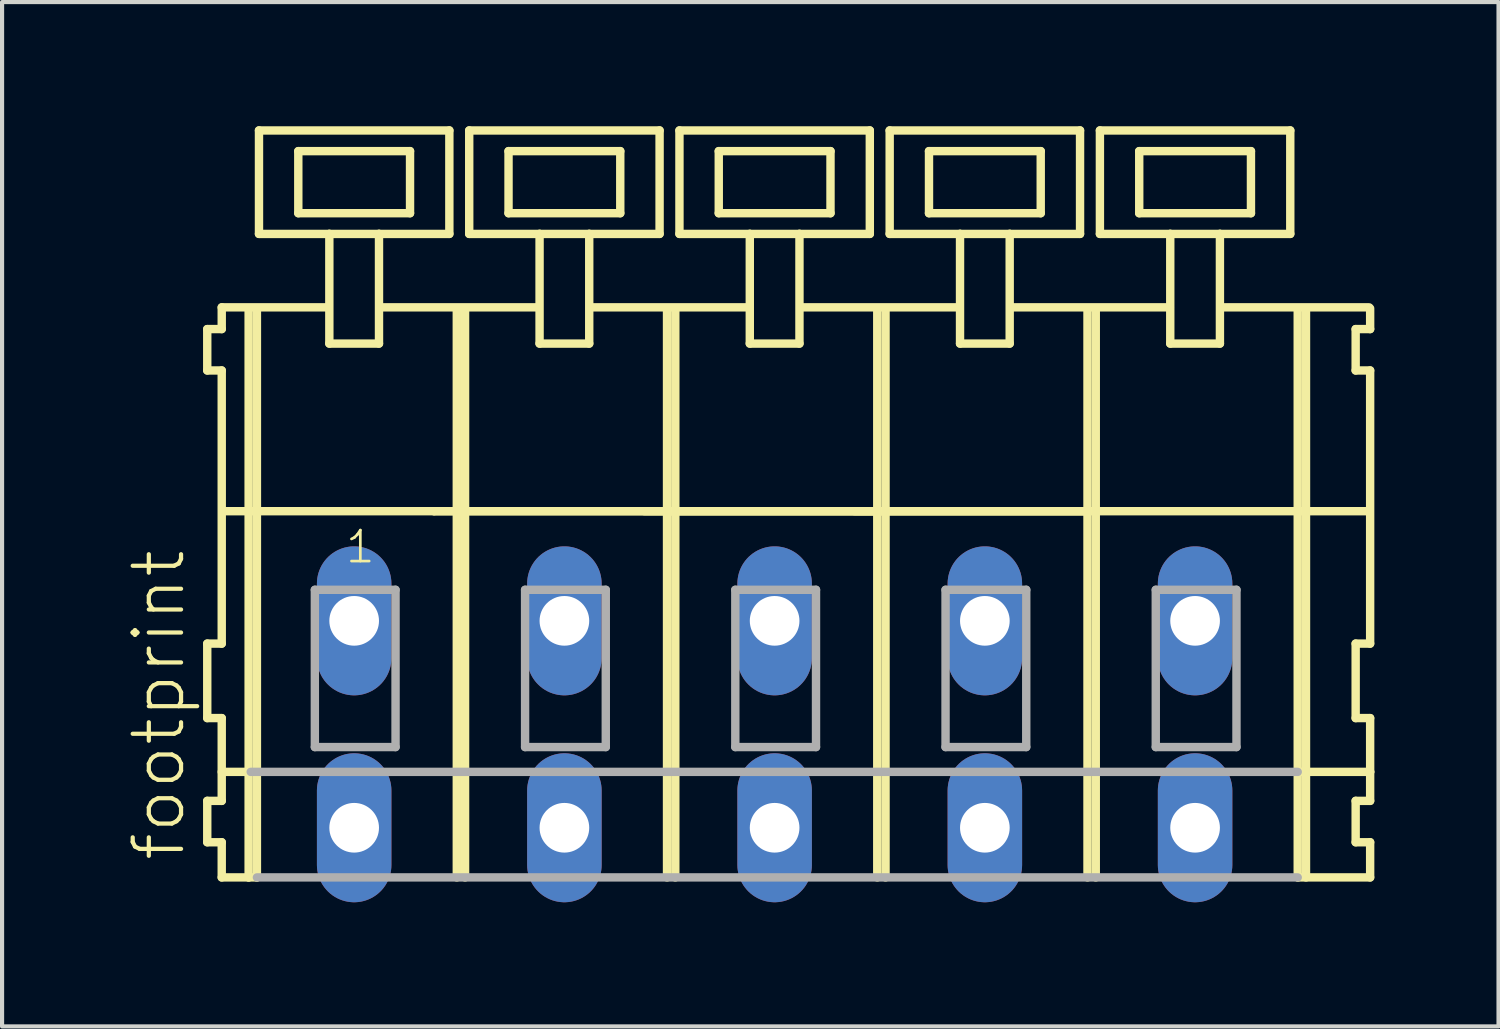
<source format=kicad_pcb>
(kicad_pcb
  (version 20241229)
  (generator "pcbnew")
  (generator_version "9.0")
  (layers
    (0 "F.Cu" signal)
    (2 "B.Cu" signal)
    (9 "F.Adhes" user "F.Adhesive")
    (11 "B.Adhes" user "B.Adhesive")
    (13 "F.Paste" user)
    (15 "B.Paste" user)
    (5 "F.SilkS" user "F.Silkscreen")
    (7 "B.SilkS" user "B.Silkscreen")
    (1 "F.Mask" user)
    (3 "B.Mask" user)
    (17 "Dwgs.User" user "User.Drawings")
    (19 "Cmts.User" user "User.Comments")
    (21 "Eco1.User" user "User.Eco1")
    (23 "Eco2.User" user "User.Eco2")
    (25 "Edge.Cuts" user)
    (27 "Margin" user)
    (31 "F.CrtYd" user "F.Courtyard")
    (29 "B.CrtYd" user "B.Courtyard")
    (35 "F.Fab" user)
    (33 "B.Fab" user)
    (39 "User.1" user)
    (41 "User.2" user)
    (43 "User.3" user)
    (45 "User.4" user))
  (footprint "footprint"
    (layer "F.Cu")
    (at 13.128 11.952)
    (property "Reference" "footprint" (at -11.655 5.855 90) (layer "F.SilkS") (effects (font (size 1.168 1.168) (thickness 0.102)) (justify left bottom)))
    (fp_line (start -11.17 -7.05) (end -11.17 -6.05) (stroke (width 0.203) (type solid)) (layer "F.SilkS"))
    (fp_line (start -11.17 -6.05) (end -10.82 -6.05) (stroke (width 0.203) (type solid)) (layer "F.SilkS"))
    (fp_line (start -11.17 0.55) (end -11.17 2.35) (stroke (width 0.203) (type solid)) (layer "F.SilkS"))
    (fp_line (start -11.17 2.35) (end -10.82 2.35) (stroke (width 0.203) (type solid)) (layer "F.SilkS"))
    (fp_line (start -11.17 4.35) (end -11.17 5.35) (stroke (width 0.203) (type solid)) (layer "F.SilkS"))
    (fp_line (start -11.17 5.35) (end -10.82 5.35) (stroke (width 0.203) (type solid)) (layer "F.SilkS"))
    (fp_line (start -10.82 -7.575) (end -10.82 -7.05) (stroke (width 0.203) (type solid)) (layer "F.SilkS"))
    (fp_line (start -10.82 -7.575) (end -8.245 -7.575) (stroke (width 0.203) (type solid)) (layer "F.SilkS"))
    (fp_line (start -10.82 -7.05) (end -11.17 -7.05) (stroke (width 0.203) (type solid)) (layer "F.SilkS"))
    (fp_line (start -10.82 -6.05) (end -10.82 0.55) (stroke (width 0.203) (type solid)) (layer "F.SilkS"))
    (fp_line (start -10.82 0.55) (end -11.17 0.55) (stroke (width 0.203) (type solid)) (layer "F.SilkS"))
    (fp_line (start -10.82 2.35) (end -10.82 4.35) (stroke (width 0.203) (type solid)) (layer "F.SilkS"))
    (fp_line (start -10.82 3.65) (end -10.12 3.65) (stroke (width 0.203) (type solid)) (layer "F.SilkS"))
    (fp_line (start -10.82 4.35) (end -11.17 4.35) (stroke (width 0.203) (type solid)) (layer "F.SilkS"))
    (fp_line (start -10.82 5.35) (end -10.82 6.2) (stroke (width 0.203) (type solid)) (layer "F.SilkS"))
    (fp_line (start -10.82 6.2) (end -10.17 6.2) (stroke (width 0.203) (type solid)) (layer "F.SilkS"))
    (fp_line (start -10.77 -2.65) (end -5.69 -2.65) (stroke (width 0.203) (type solid)) (layer "F.SilkS"))
    (fp_line (start -10.17 -7.55) (end -10.17 6.2) (stroke (width 0.203) (type solid)) (layer "F.SilkS"))
    (fp_line (start -10.17 6.2) (end -9.97 6.2) (stroke (width 0.203) (type solid)) (layer "F.SilkS"))
    (fp_line (start -9.97 -7.55) (end -9.97 6.2) (stroke (width 0.203) (type solid)) (layer "F.SilkS"))
    (fp_line (start -9.92 -11.85) (end -9.92 -9.35) (stroke (width 0.203) (type solid)) (layer "F.SilkS"))
    (fp_line (start -9.92 -9.35) (end -8.22 -9.35) (stroke (width 0.203) (type solid)) (layer "F.SilkS"))
    (fp_line (start -8.97 -11.35) (end -8.97 -9.85) (stroke (width 0.203) (type solid)) (layer "F.SilkS"))
    (fp_line (start -8.97 -9.85) (end -6.27 -9.85) (stroke (width 0.203) (type solid)) (layer "F.SilkS"))
    (fp_line (start -8.22 -9.35) (end -8.22 -6.7) (stroke (width 0.203) (type solid)) (layer "F.SilkS"))
    (fp_line (start -8.22 -9.35) (end -7.02 -9.35) (stroke (width 0.203) (type solid)) (layer "F.SilkS"))
    (fp_line (start -8.22 -6.7) (end -7.02 -6.7) (stroke (width 0.203) (type solid)) (layer "F.SilkS"))
    (fp_line (start -7.02 -9.35) (end -5.32 -9.35) (stroke (width 0.203) (type solid)) (layer "F.SilkS"))
    (fp_line (start -7.02 -6.7) (end -7.02 -9.35) (stroke (width 0.203) (type solid)) (layer "F.SilkS"))
    (fp_line (start -6.995 -7.575) (end -3.161 -7.575) (stroke (width 0.203) (type solid)) (layer "F.SilkS"))
    (fp_line (start -6.27 -11.35) (end -8.97 -11.35) (stroke (width 0.203) (type solid)) (layer "F.SilkS"))
    (fp_line (start -6.27 -9.85) (end -6.27 -11.35) (stroke (width 0.203) (type solid)) (layer "F.SilkS"))
    (fp_line (start -5.69 -2.65) (end -5.14 -2.65) (stroke (width 0.203) (type solid)) (layer "F.SilkS"))
    (fp_line (start -5.69 -2.65) (end -0.06 -2.65) (stroke (width 0.203) (type solid)) (layer "F.SilkS"))
    (fp_line (start -5.32 -11.85) (end -9.92 -11.85) (stroke (width 0.203) (type solid)) (layer "F.SilkS"))
    (fp_line (start -5.32 -9.35) (end -5.32 -11.85) (stroke (width 0.203) (type solid)) (layer "F.SilkS"))
    (fp_line (start -5.14 -7.55) (end -5.14 -2.65) (stroke (width 0.203) (type solid)) (layer "F.SilkS"))
    (fp_line (start -5.14 -2.65) (end -5.14 6.2) (stroke (width 0.203) (type solid)) (layer "F.SilkS"))
    (fp_line (start -5.14 -2.65) (end -0.06 -2.65) (stroke (width 0.203) (type solid)) (layer "F.SilkS"))
    (fp_line (start -4.94 -7.55) (end -4.94 6.2) (stroke (width 0.203) (type solid)) (layer "F.SilkS"))
    (fp_line (start -4.84 -11.85) (end -4.84 -9.35) (stroke (width 0.203) (type solid)) (layer "F.SilkS"))
    (fp_line (start -4.84 -9.35) (end -3.14 -9.35) (stroke (width 0.203) (type solid)) (layer "F.SilkS"))
    (fp_line (start -3.89 -11.35) (end -3.89 -9.85) (stroke (width 0.203) (type solid)) (layer "F.SilkS"))
    (fp_line (start -3.89 -9.85) (end -1.19 -9.85) (stroke (width 0.203) (type solid)) (layer "F.SilkS"))
    (fp_line (start -3.14 -9.35) (end -3.14 -6.7) (stroke (width 0.203) (type solid)) (layer "F.SilkS"))
    (fp_line (start -3.14 -9.35) (end -1.94 -9.35) (stroke (width 0.203) (type solid)) (layer "F.SilkS"))
    (fp_line (start -3.14 -6.7) (end -1.94 -6.7) (stroke (width 0.203) (type solid)) (layer "F.SilkS"))
    (fp_line (start -1.94 -9.35) (end -0.24 -9.35) (stroke (width 0.203) (type solid)) (layer "F.SilkS"))
    (fp_line (start -1.94 -6.7) (end -1.94 -9.35) (stroke (width 0.203) (type solid)) (layer "F.SilkS"))
    (fp_line (start -1.915 -7.575) (end 1.93 -7.575) (stroke (width 0.203) (type solid)) (layer "F.SilkS"))
    (fp_line (start -1.19 -11.35) (end -3.89 -11.35) (stroke (width 0.203) (type solid)) (layer "F.SilkS"))
    (fp_line (start -1.19 -9.85) (end -1.19 -11.35) (stroke (width 0.203) (type solid)) (layer "F.SilkS"))
    (fp_line (start -0.61 -2.65) (end 5.02 -2.65) (stroke (width 0.203) (type solid)) (layer "F.SilkS"))
    (fp_line (start -0.24 -11.85) (end -4.84 -11.85) (stroke (width 0.203) (type solid)) (layer "F.SilkS"))
    (fp_line (start -0.24 -9.35) (end -0.24 -11.85) (stroke (width 0.203) (type solid)) (layer "F.SilkS"))
    (fp_line (start -0.06 -7.55) (end -0.06 -2.65) (stroke (width 0.203) (type solid)) (layer "F.SilkS"))
    (fp_line (start -0.06 -2.65) (end -0.06 6.2) (stroke (width 0.203) (type solid)) (layer "F.SilkS"))
    (fp_line (start -0.06 -2.65) (end 5.02 -2.65) (stroke (width 0.203) (type solid)) (layer "F.SilkS"))
    (fp_line (start -0.06 -2.65) (end 15.18 -2.65) (stroke (width 0.203) (type solid)) (layer "F.SilkS"))
    (fp_line (start 0.14 -7.55) (end 0.14 6.2) (stroke (width 0.203) (type solid)) (layer "F.SilkS"))
    (fp_line (start 0.24 -11.85) (end 0.24 -9.35) (stroke (width 0.203) (type solid)) (layer "F.SilkS"))
    (fp_line (start 0.24 -9.35) (end 1.94 -9.35) (stroke (width 0.203) (type solid)) (layer "F.SilkS"))
    (fp_line (start 1.19 -11.35) (end 1.19 -9.85) (stroke (width 0.203) (type solid)) (layer "F.SilkS"))
    (fp_line (start 1.19 -9.85) (end 3.89 -9.85) (stroke (width 0.203) (type solid)) (layer "F.SilkS"))
    (fp_line (start 1.94 -9.35) (end 1.94 -6.7) (stroke (width 0.203) (type solid)) (layer "F.SilkS"))
    (fp_line (start 1.94 -9.35) (end 3.14 -9.35) (stroke (width 0.203) (type solid)) (layer "F.SilkS"))
    (fp_line (start 1.94 -6.7) (end 3.14 -6.7) (stroke (width 0.203) (type solid)) (layer "F.SilkS"))
    (fp_line (start 3.14 -9.35) (end 4.84 -9.35) (stroke (width 0.203) (type solid)) (layer "F.SilkS"))
    (fp_line (start 3.14 -6.7) (end 3.14 -9.35) (stroke (width 0.203) (type solid)) (layer "F.SilkS"))
    (fp_line (start 3.165 -7.575) (end 7.01 -7.575) (stroke (width 0.203) (type solid)) (layer "F.SilkS"))
    (fp_line (start 3.89 -11.35) (end 1.19 -11.35) (stroke (width 0.203) (type solid)) (layer "F.SilkS"))
    (fp_line (start 3.89 -9.85) (end 3.89 -11.35) (stroke (width 0.203) (type solid)) (layer "F.SilkS"))
    (fp_line (start 4.47 -2.65) (end 10.1 -2.65) (stroke (width 0.203) (type solid)) (layer "F.SilkS"))
    (fp_line (start 4.84 -11.85) (end 0.24 -11.85) (stroke (width 0.203) (type solid)) (layer "F.SilkS"))
    (fp_line (start 4.84 -9.35) (end 4.84 -11.85) (stroke (width 0.203) (type solid)) (layer "F.SilkS"))
    (fp_line (start 5.02 -7.55) (end 5.02 -2.65) (stroke (width 0.203) (type solid)) (layer "F.SilkS"))
    (fp_line (start 5.02 -2.65) (end 5.02 6.2) (stroke (width 0.203) (type solid)) (layer "F.SilkS"))
    (fp_line (start 5.02 -2.65) (end 10.1 -2.65) (stroke (width 0.203) (type solid)) (layer "F.SilkS"))
    (fp_line (start 5.22 -7.55) (end 5.22 6.2) (stroke (width 0.203) (type solid)) (layer "F.SilkS"))
    (fp_line (start 5.32 -11.85) (end 5.32 -9.35) (stroke (width 0.203) (type solid)) (layer "F.SilkS"))
    (fp_line (start 5.32 -9.35) (end 7.02 -9.35) (stroke (width 0.203) (type solid)) (layer "F.SilkS"))
    (fp_line (start 6.27 -11.35) (end 6.27 -9.85) (stroke (width 0.203) (type solid)) (layer "F.SilkS"))
    (fp_line (start 6.27 -9.85) (end 8.97 -9.85) (stroke (width 0.203) (type solid)) (layer "F.SilkS"))
    (fp_line (start 7.02 -9.35) (end 7.02 -6.7) (stroke (width 0.203) (type solid)) (layer "F.SilkS"))
    (fp_line (start 7.02 -9.35) (end 8.22 -9.35) (stroke (width 0.203) (type solid)) (layer "F.SilkS"))
    (fp_line (start 7.02 -6.7) (end 8.22 -6.7) (stroke (width 0.203) (type solid)) (layer "F.SilkS"))
    (fp_line (start 8.22 -9.35) (end 9.92 -9.35) (stroke (width 0.203) (type solid)) (layer "F.SilkS"))
    (fp_line (start 8.22 -6.7) (end 8.22 -9.35) (stroke (width 0.203) (type solid)) (layer "F.SilkS"))
    (fp_line (start 8.245 -7.575) (end 12.09 -7.575) (stroke (width 0.203) (type solid)) (layer "F.SilkS"))
    (fp_line (start 8.97 -11.35) (end 6.27 -11.35) (stroke (width 0.203) (type solid)) (layer "F.SilkS"))
    (fp_line (start 8.97 -9.85) (end 8.97 -11.35) (stroke (width 0.203) (type solid)) (layer "F.SilkS"))
    (fp_line (start 9.92 -11.85) (end 5.32 -11.85) (stroke (width 0.203) (type solid)) (layer "F.SilkS"))
    (fp_line (start 9.92 -9.35) (end 9.92 -11.85) (stroke (width 0.203) (type solid)) (layer "F.SilkS"))
    (fp_line (start 10.1 -7.55) (end 10.1 -2.65) (stroke (width 0.203) (type solid)) (layer "F.SilkS"))
    (fp_line (start 10.1 -2.65) (end 10.1 6.2) (stroke (width 0.203) (type solid)) (layer "F.SilkS"))
    (fp_line (start 10.3 -7.55) (end 10.3 6.2) (stroke (width 0.203) (type solid)) (layer "F.SilkS"))
    (fp_line (start 10.4 -11.85) (end 10.4 -9.35) (stroke (width 0.203) (type solid)) (layer "F.SilkS"))
    (fp_line (start 10.4 -9.35) (end 12.1 -9.35) (stroke (width 0.203) (type solid)) (layer "F.SilkS"))
    (fp_line (start 11.35 -11.35) (end 11.35 -9.85) (stroke (width 0.203) (type solid)) (layer "F.SilkS"))
    (fp_line (start 11.35 -9.85) (end 14.05 -9.85) (stroke (width 0.203) (type solid)) (layer "F.SilkS"))
    (fp_line (start 12.1 -9.35) (end 12.1 -6.7) (stroke (width 0.203) (type solid)) (layer "F.SilkS"))
    (fp_line (start 12.1 -9.35) (end 13.3 -9.35) (stroke (width 0.203) (type solid)) (layer "F.SilkS"))
    (fp_line (start 12.1 -6.7) (end 13.3 -6.7) (stroke (width 0.203) (type solid)) (layer "F.SilkS"))
    (fp_line (start 13.3 -9.35) (end 15 -9.35) (stroke (width 0.203) (type solid)) (layer "F.SilkS"))
    (fp_line (start 13.3 -6.7) (end 13.3 -9.35) (stroke (width 0.203) (type solid)) (layer "F.SilkS"))
    (fp_line (start 13.31 -7.575) (end 16.905 -7.575) (stroke (width 0.203) (type solid)) (layer "F.SilkS"))
    (fp_line (start 14.05 -11.35) (end 11.35 -11.35) (stroke (width 0.203) (type solid)) (layer "F.SilkS"))
    (fp_line (start 14.05 -9.85) (end 14.05 -11.35) (stroke (width 0.203) (type solid)) (layer "F.SilkS"))
    (fp_line (start 15 -11.85) (end 10.4 -11.85) (stroke (width 0.203) (type solid)) (layer "F.SilkS"))
    (fp_line (start 15 -9.35) (end 15 -11.85) (stroke (width 0.203) (type solid)) (layer "F.SilkS"))
    (fp_line (start 15.18 -7.55) (end 15.18 -2.65) (stroke (width 0.203) (type solid)) (layer "F.SilkS"))
    (fp_line (start 15.18 -2.65) (end 15.18 6.2) (stroke (width 0.203) (type solid)) (layer "F.SilkS"))
    (fp_line (start 15.18 -2.65) (end 16.88 -2.65) (stroke (width 0.203) (type solid)) (layer "F.SilkS"))
    (fp_line (start 15.18 6.2) (end 16.93 6.2) (stroke (width 0.203) (type solid)) (layer "F.SilkS"))
    (fp_line (start 15.23 3.65) (end 16.93 3.65) (stroke (width 0.203) (type solid)) (layer "F.SilkS"))
    (fp_line (start 15.38 -7.55) (end 15.38 6.2) (stroke (width 0.203) (type solid)) (layer "F.SilkS"))
    (fp_line (start 16.58 -7.05) (end 16.58 -6.05) (stroke (width 0.203) (type solid)) (layer "F.SilkS"))
    (fp_line (start 16.58 -6.05) (end 16.93 -6.05) (stroke (width 0.203) (type solid)) (layer "F.SilkS"))
    (fp_line (start 16.58 0.55) (end 16.58 2.35) (stroke (width 0.203) (type solid)) (layer "F.SilkS"))
    (fp_line (start 16.58 2.35) (end 16.93 2.35) (stroke (width 0.203) (type solid)) (layer "F.SilkS"))
    (fp_line (start 16.58 4.35) (end 16.58 5.35) (stroke (width 0.203) (type solid)) (layer "F.SilkS"))
    (fp_line (start 16.58 5.35) (end 16.93 5.35) (stroke (width 0.203) (type solid)) (layer "F.SilkS"))
    (fp_line (start 16.93 -7.05) (end 16.58 -7.05) (stroke (width 0.203) (type solid)) (layer "F.SilkS"))
    (fp_line (start 16.93 -7.05) (end 16.93 -7.55) (stroke (width 0.203) (type solid)) (layer "F.SilkS"))
    (fp_line (start 16.93 0.55) (end 16.58 0.55) (stroke (width 0.203) (type solid)) (layer "F.SilkS"))
    (fp_line (start 16.93 0.55) (end 16.93 -6.05) (stroke (width 0.203) (type solid)) (layer "F.SilkS"))
    (fp_line (start 16.93 3.65) (end 16.93 2.35) (stroke (width 0.203) (type solid)) (layer "F.SilkS"))
    (fp_line (start 16.93 4.35) (end 16.58 4.35) (stroke (width 0.203) (type solid)) (layer "F.SilkS"))
    (fp_line (start 16.93 4.35) (end 16.93 3.65) (stroke (width 0.203) (type solid)) (layer "F.SilkS"))
    (fp_line (start 16.93 6.2) (end 16.93 5.35) (stroke (width 0.203) (type solid)) (layer "F.SilkS"))
    (fp_line (start -10.12 3.65) (end 15.18 3.65) (stroke (width 0.203) (type solid)) (layer "F.Fab"))
    (fp_line (start -9.97 6.2) (end 15.18 6.2) (stroke (width 0.203) (type solid)) (layer "F.Fab"))
    (fp_line (start -8.57 -0.75) (end -8.57 3.05) (stroke (width 0.203) (type solid)) (layer "F.Fab"))
    (fp_line (start -8.57 3.05) (end -6.62 3.05) (stroke (width 0.203) (type solid)) (layer "F.Fab"))
    (fp_line (start -6.62 -0.75) (end -8.57 -0.75) (stroke (width 0.203) (type solid)) (layer "F.Fab"))
    (fp_line (start -6.62 3.05) (end -6.62 -0.75) (stroke (width 0.203) (type solid)) (layer "F.Fab"))
    (fp_line (start -3.49 -0.75) (end -3.49 3.05) (stroke (width 0.203) (type solid)) (layer "F.Fab"))
    (fp_line (start -3.49 3.05) (end -1.54 3.05) (stroke (width 0.203) (type solid)) (layer "F.Fab"))
    (fp_line (start -1.54 -0.75) (end -3.49 -0.75) (stroke (width 0.203) (type solid)) (layer "F.Fab"))
    (fp_line (start -1.54 3.05) (end -1.54 -0.75) (stroke (width 0.203) (type solid)) (layer "F.Fab"))
    (fp_line (start 1.59 -0.75) (end 1.59 3.05) (stroke (width 0.203) (type solid)) (layer "F.Fab"))
    (fp_line (start 1.59 3.05) (end 3.54 3.05) (stroke (width 0.203) (type solid)) (layer "F.Fab"))
    (fp_line (start 3.54 -0.75) (end 1.59 -0.75) (stroke (width 0.203) (type solid)) (layer "F.Fab"))
    (fp_line (start 3.54 3.05) (end 3.54 -0.75) (stroke (width 0.203) (type solid)) (layer "F.Fab"))
    (fp_line (start 6.67 -0.75) (end 6.67 3.05) (stroke (width 0.203) (type solid)) (layer "F.Fab"))
    (fp_line (start 6.67 3.05) (end 8.62 3.05) (stroke (width 0.203) (type solid)) (layer "F.Fab"))
    (fp_line (start 8.62 -0.75) (end 6.67 -0.75) (stroke (width 0.203) (type solid)) (layer "F.Fab"))
    (fp_line (start 8.62 3.05) (end 8.62 -0.75) (stroke (width 0.203) (type solid)) (layer "F.Fab"))
    (fp_line (start 11.75 -0.75) (end 11.75 3.05) (stroke (width 0.203) (type solid)) (layer "F.Fab"))
    (fp_line (start 11.75 3.05) (end 13.7 3.05) (stroke (width 0.203) (type solid)) (layer "F.Fab"))
    (fp_line (start 13.7 -0.75) (end 11.75 -0.75) (stroke (width 0.203) (type solid)) (layer "F.Fab"))
    (fp_line (start 13.7 3.05) (end 13.7 -0.75) (stroke (width 0.203) (type solid)) (layer "F.Fab"))
    (fp_text user "1" (at -7.87 -1.35 0) (layer "F.SilkS") (effects (font (size 0.748 0.748) (thickness 0.065)) (justify left bottom)))
    (pad "A1" thru_hole oval (at -7.62 0 90) (size 3.6 1.8) (drill 1.2) (layers "*.Cu" "*.Mask"))
    (pad "A2" thru_hole oval (at -2.54 0 90) (size 3.6 1.8) (drill 1.2) (layers "*.Cu" "*.Mask"))
    (pad "A3" thru_hole oval (at 2.54 0 90) (size 3.6 1.8) (drill 1.2) (layers "*.Cu" "*.Mask"))
    (pad "A4" thru_hole oval (at 7.62 0 90) (size 3.6 1.8) (drill 1.2) (layers "*.Cu" "*.Mask"))
    (pad "A5" thru_hole oval (at 12.7 0 90) (size 3.6 1.8) (drill 1.2) (layers "*.Cu" "*.Mask"))
    (pad "B1" thru_hole oval (at -7.62 5 90) (size 3.6 1.8) (drill 1.2) (layers "*.Cu" "*.Mask"))
    (pad "B2" thru_hole oval (at -2.54 5 90) (size 3.6 1.8) (drill 1.2) (layers "*.Cu" "*.Mask"))
    (pad "B3" thru_hole oval (at 2.54 5 90) (size 3.6 1.8) (drill 1.2) (layers "*.Cu" "*.Mask"))
    (pad "B4" thru_hole oval (at 7.62 5 90) (size 3.6 1.8) (drill 1.2) (layers "*.Cu" "*.Mask"))
    (pad "B5" thru_hole oval (at 12.7 5 90) (size 3.6 1.8) (drill 1.2) (layers "*.Cu" "*.Mask")))
  (gr_rect
    (start -3 -3)
    (end 33.16 21.752)
    (stroke (width 0.1) (type default))
    (fill no)
    (layer "Edge.Cuts")))
</source>
